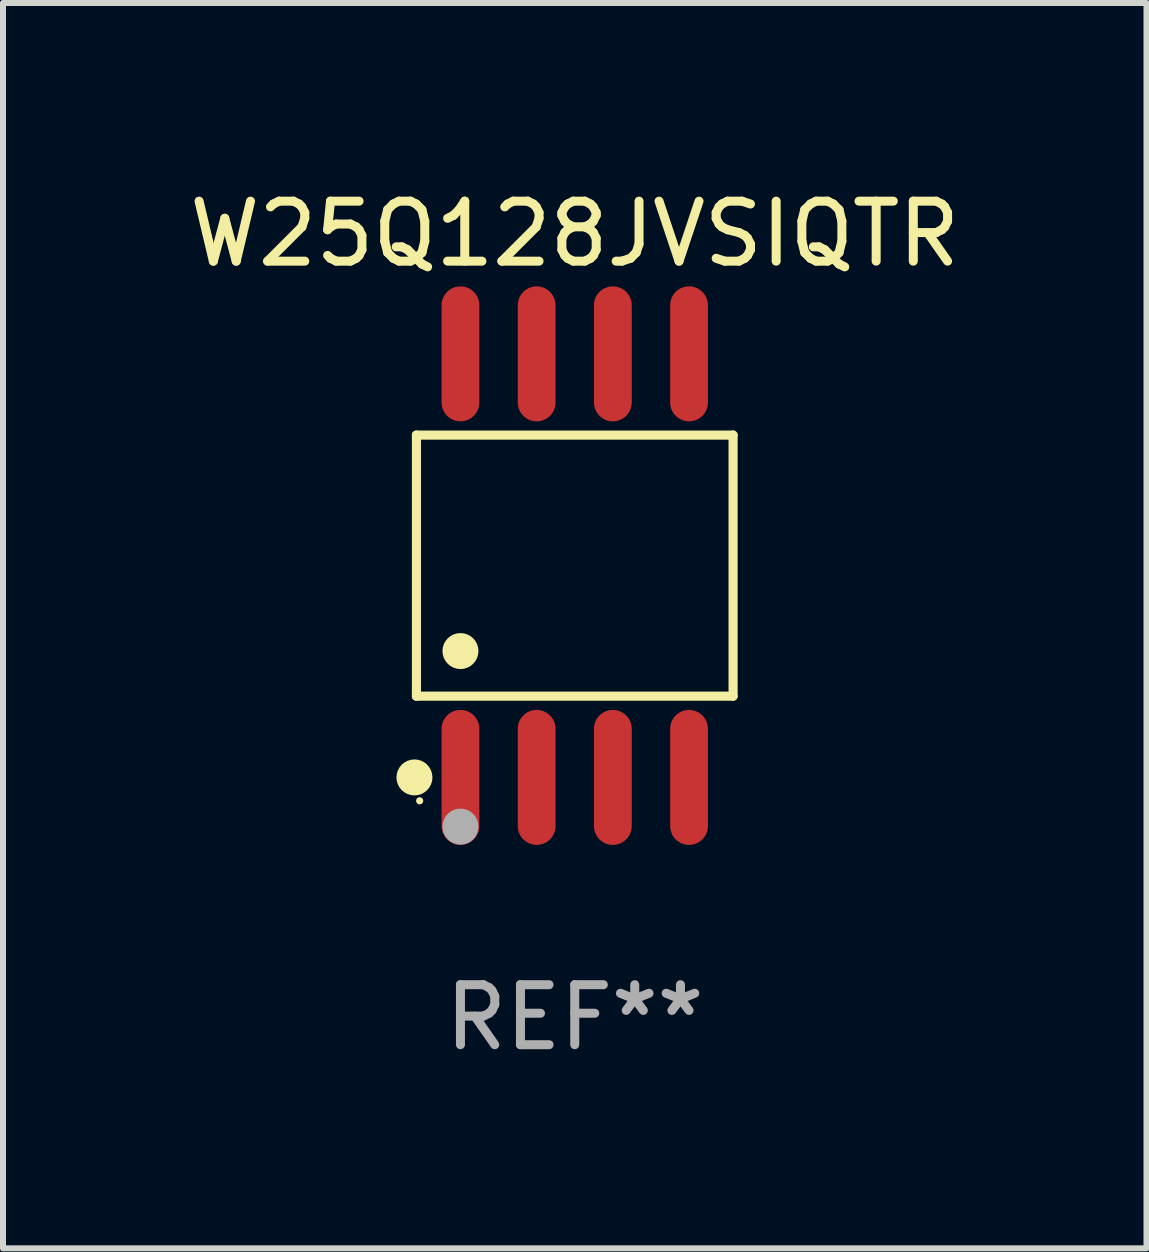
<source format=kicad_pcb>
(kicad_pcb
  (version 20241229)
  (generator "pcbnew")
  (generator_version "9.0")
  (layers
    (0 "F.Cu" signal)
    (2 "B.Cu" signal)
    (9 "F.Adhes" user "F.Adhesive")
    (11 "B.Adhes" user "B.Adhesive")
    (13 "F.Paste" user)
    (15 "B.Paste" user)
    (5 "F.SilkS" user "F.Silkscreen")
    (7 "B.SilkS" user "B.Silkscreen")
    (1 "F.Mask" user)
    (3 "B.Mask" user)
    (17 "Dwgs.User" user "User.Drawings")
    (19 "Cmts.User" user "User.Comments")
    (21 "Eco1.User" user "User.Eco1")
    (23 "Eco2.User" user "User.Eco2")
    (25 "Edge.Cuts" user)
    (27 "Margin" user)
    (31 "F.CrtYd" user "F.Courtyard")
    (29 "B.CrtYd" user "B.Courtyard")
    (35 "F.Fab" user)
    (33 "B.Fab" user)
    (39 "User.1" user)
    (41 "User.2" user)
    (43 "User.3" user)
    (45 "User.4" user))
  (footprint "W25Q128JVSIQTR"
    (layer "F.Cu")
    (at 6.53 6.378)
    (property "Reference" "W25Q128JVSIQTR" (at 0 -5.53 0) (layer "F.SilkS") (effects (font (size 1 1) (thickness 0.15))))
    (attr smd)
    (fp_line (start -2.639 -2.176) (end 2.639 -2.176) (stroke (width 0.152) (type solid)) (layer "F.SilkS"))
    (fp_line (start -2.639 2.176) (end -2.639 -2.176) (stroke (width 0.152) (type solid)) (layer "F.SilkS"))
    (fp_line (start 2.639 -2.176) (end 2.639 2.176) (stroke (width 0.152) (type solid)) (layer "F.SilkS"))
    (fp_line (start 2.639 2.176) (end -2.639 2.176) (stroke (width 0.152) (type solid)) (layer "F.SilkS"))
    (fp_circle (center -2.672 3.53) (end -2.522 3.53) (stroke (width 0.3) (type solid)) (fill no) (layer "F.SilkS"))
    (fp_circle (center -2.585 3.92) (end -2.555 3.92) (stroke (width 0.06) (type solid)) (fill no) (layer "F.SilkS"))
    (fp_circle (center -1.905 1.424) (end -1.755 1.424) (stroke (width 0.3) (type solid)) (fill no) (layer "F.SilkS"))
    (fp_circle (center -1.905 4.35) (end -1.755 4.35) (stroke (width 0.3) (type solid)) (fill no) (layer "F.Fab"))
    (fp_text user "REF**" (at 0 7.53 0) (layer "F.Fab") (effects (font (size 1 1) (thickness 0.15))))
    (pad "1" smd oval (at -1.905 3.53) (size 0.63 2.25) (layers "F.Cu" "F.Mask" "F.Paste"))
    (pad "2" smd oval (at -0.635 3.53) (size 0.63 2.25) (layers "F.Cu" "F.Mask" "F.Paste"))
    (pad "3" smd oval (at 0.635 3.53) (size 0.63 2.25) (layers "F.Cu" "F.Mask" "F.Paste"))
    (pad "4" smd oval (at 1.905 3.53) (size 0.63 2.25) (layers "F.Cu" "F.Mask" "F.Paste"))
    (pad "5" smd oval (at 1.905 -3.53) (size 0.63 2.25) (layers "F.Cu" "F.Mask" "F.Paste"))
    (pad "6" smd oval (at 0.635 -3.53) (size 0.63 2.25) (layers "F.Cu" "F.Mask" "F.Paste"))
    (pad "7" smd oval (at -0.635 -3.53) (size 0.63 2.25) (layers "F.Cu" "F.Mask" "F.Paste"))
    (pad "8" smd oval (at -1.905 -3.53) (size 0.63 2.25) (layers "F.Cu" "F.Mask" "F.Paste")))
  (gr_rect
    (start -3 -3)
    (end 16.06 17.757)
    (stroke (width 0.1) (type default))
    (fill no)
    (layer "Edge.Cuts")))
</source>
